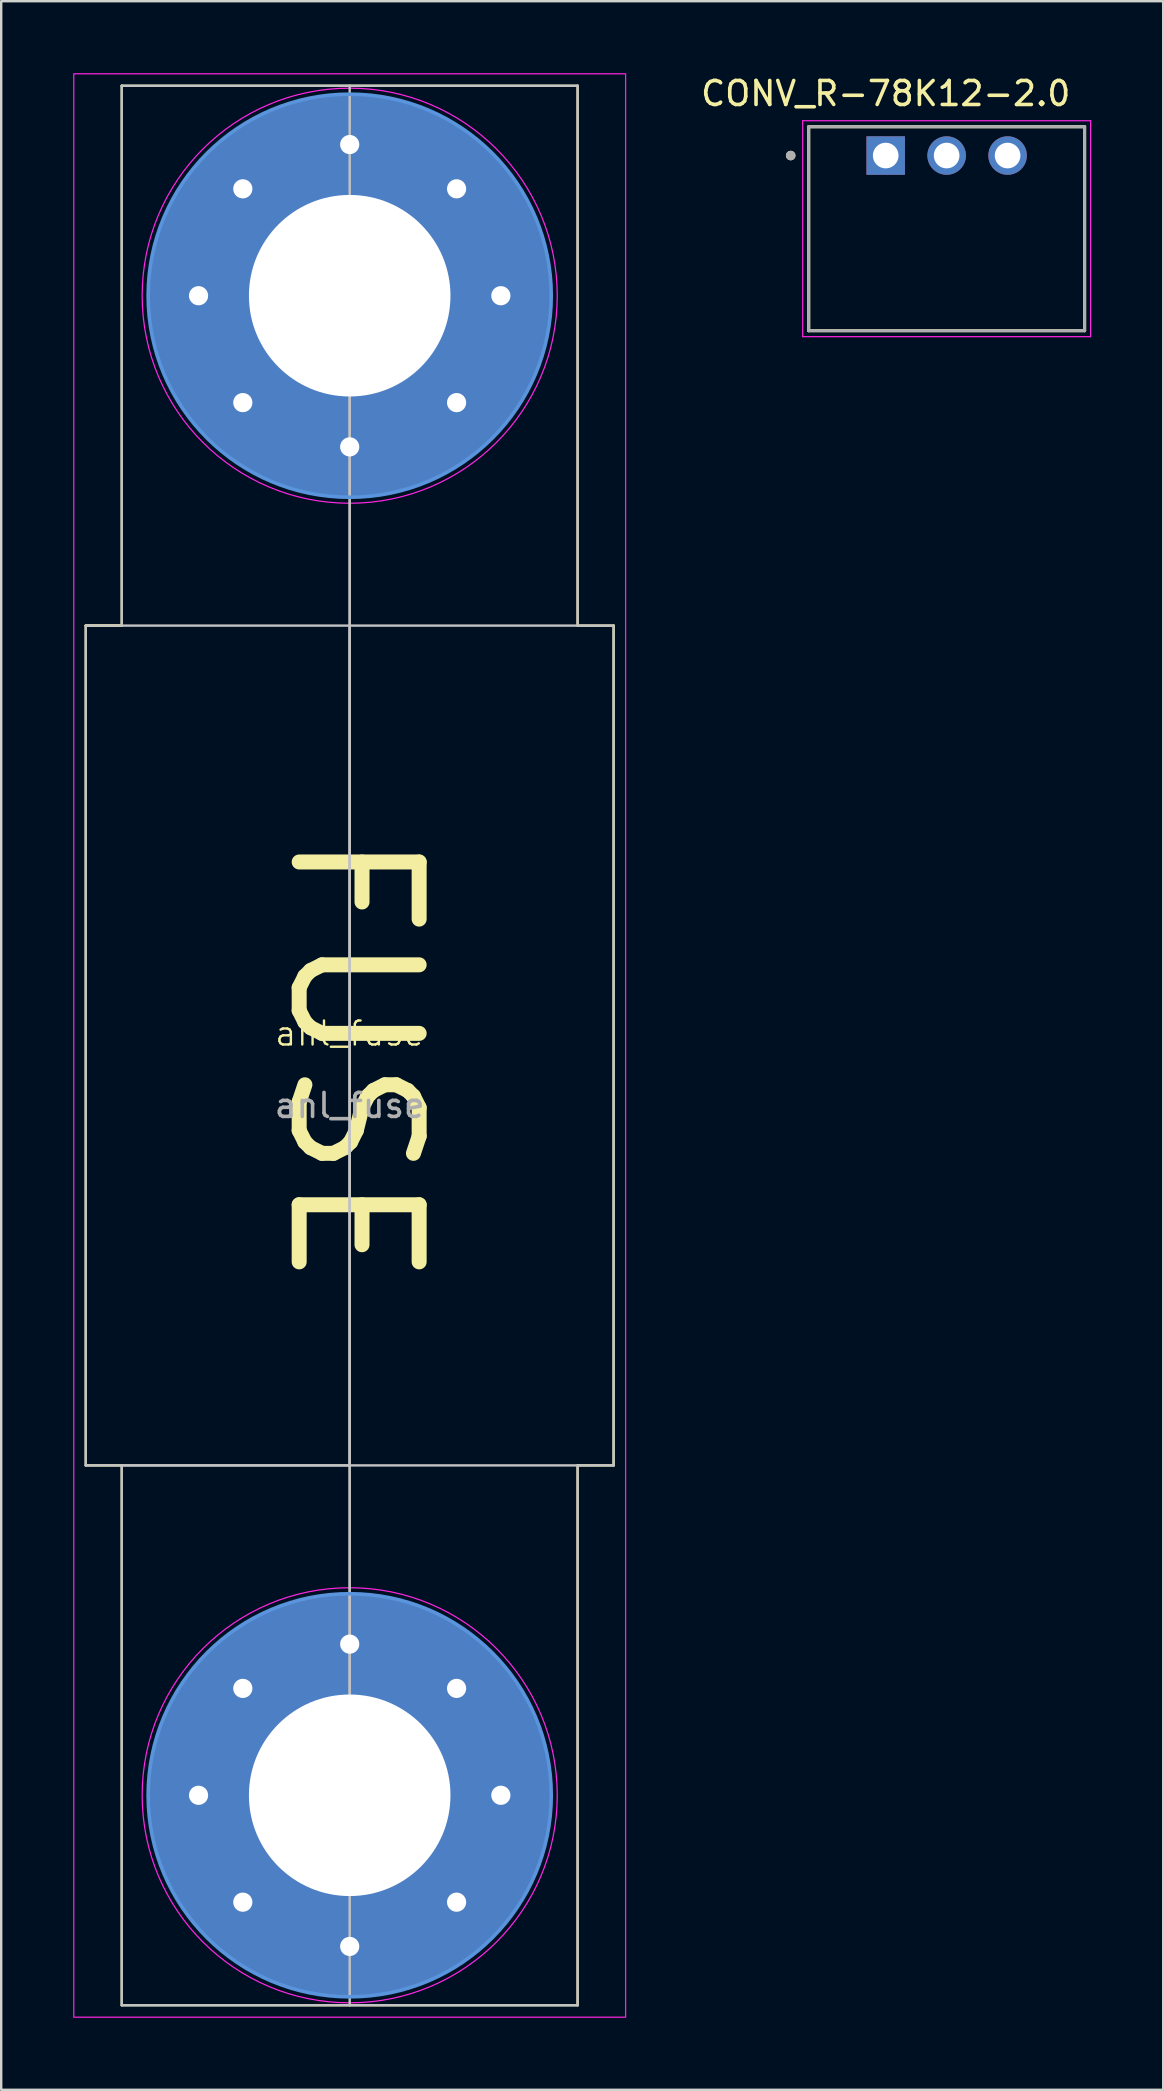
<source format=kicad_pcb>
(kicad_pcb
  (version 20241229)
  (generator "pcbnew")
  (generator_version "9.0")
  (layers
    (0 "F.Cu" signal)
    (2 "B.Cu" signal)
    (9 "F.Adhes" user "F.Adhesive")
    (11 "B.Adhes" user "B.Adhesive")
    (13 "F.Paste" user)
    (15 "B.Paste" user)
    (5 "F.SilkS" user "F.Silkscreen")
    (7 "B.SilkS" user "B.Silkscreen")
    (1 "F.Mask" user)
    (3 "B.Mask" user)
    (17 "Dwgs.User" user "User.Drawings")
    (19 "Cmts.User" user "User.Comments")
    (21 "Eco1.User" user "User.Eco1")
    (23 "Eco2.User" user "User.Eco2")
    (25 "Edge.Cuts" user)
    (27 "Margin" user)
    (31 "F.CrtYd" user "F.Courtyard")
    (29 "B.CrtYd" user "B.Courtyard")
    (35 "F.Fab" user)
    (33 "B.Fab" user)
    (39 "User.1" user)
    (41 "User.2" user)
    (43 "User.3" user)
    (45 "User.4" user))
  (footprint "anl_fuse"
    (layer "F.Cu")
    (at 11.525 40.525)
    (property "Reference" "anl_fuse" (at 0 -0.5 0) (unlocked yes) (layer "F.SilkS") (effects (font (size 1 1) (thickness 0.1))))
    (attr through_hole)
    (fp_line (start -11 -17.5) (end -9.5 -17.5) (stroke (width 0.1) (type default)) (layer "F.SilkS"))
    (fp_line (start -11 -17.5) (end -9.5 -17.5) (stroke (width 0.1) (type default)) (layer "F.SilkS"))
    (fp_line (start -11 17.5) (end -11 -17.5) (stroke (width 0.1) (type default)) (layer "F.SilkS"))
    (fp_line (start -9.5 -40) (end 9.5 -40) (stroke (width 0.1) (type default)) (layer "F.SilkS"))
    (fp_line (start -9.5 -17.5) (end -9.5 -40) (stroke (width 0.1) (type default)) (layer "F.SilkS"))
    (fp_line (start -9.5 17.5) (end -11 17.5) (stroke (width 0.1) (type default)) (layer "F.SilkS"))
    (fp_line (start -9.5 40) (end -9.5 17.5) (stroke (width 0.1) (type default)) (layer "F.SilkS"))
    (fp_line (start 9.5 -40) (end 9.5 -17.5) (stroke (width 0.1) (type default)) (layer "F.SilkS"))
    (fp_line (start 9.5 -17.5) (end 11 -17.5) (stroke (width 0.1) (type default)) (layer "F.SilkS"))
    (fp_line (start 9.5 17.5) (end 9.5 40) (stroke (width 0.1) (type default)) (layer "F.SilkS"))
    (fp_line (start 9.5 40) (end -9.5 40) (stroke (width 0.1) (type default)) (layer "F.SilkS"))
    (fp_line (start 11 -17.5) (end 11 17.5) (stroke (width 0.1) (type default)) (layer "F.SilkS"))
    (fp_line (start 11 17.5) (end 9.5 17.5) (stroke (width 0.1) (type default)) (layer "F.SilkS"))
    (fp_line (start -11 17.5) (end -11 -17.5) (stroke (width 0.1) (type default)) (layer "Dwgs.User"))
    (fp_line (start -9.5 -40) (end -9.5 -17.5) (stroke (width 0.1) (type default)) (layer "Dwgs.User"))
    (fp_line (start -9.5 40) (end -9.5 17.5) (stroke (width 0.1) (type default)) (layer "Dwgs.User"))
    (fp_line (start 0 -40) (end -9.5 -40) (stroke (width 0.1) (type default)) (layer "Dwgs.User"))
    (fp_line (start 0 -40) (end 9.5 -40) (stroke (width 0.1) (type default)) (layer "Dwgs.User"))
    (fp_line (start 0 -17.5) (end -11 -17.5) (stroke (width 0.1) (type default)) (layer "Dwgs.User"))
    (fp_line (start 0 -17.5) (end 11 -17.5) (stroke (width 0.1) (type default)) (layer "Dwgs.User"))
    (fp_line (start 0 0) (end 0 -40) (stroke (width 0.1) (type default)) (layer "Dwgs.User"))
    (fp_line (start 0 0) (end 0 -31.25) (stroke (width 0.1) (type default)) (layer "Dwgs.User"))
    (fp_line (start 0 0) (end 0 -17.5) (stroke (width 0.1) (type default)) (layer "Dwgs.User"))
    (fp_line (start 0 0) (end 0 17.5) (stroke (width 0.1) (type default)) (layer "Dwgs.User"))
    (fp_line (start 0 0) (end 0 31.25) (stroke (width 0.1) (type default)) (layer "Dwgs.User"))
    (fp_line (start 0 0) (end 0 40) (stroke (width 0.1) (type default)) (layer "Dwgs.User"))
    (fp_line (start 0 17.5) (end -11 17.5) (stroke (width 0.1) (type default)) (layer "Dwgs.User"))
    (fp_line (start 0 17.5) (end -9.5 17.5) (stroke (width 0.1) (type default)) (layer "Dwgs.User"))
    (fp_line (start 0 40) (end -9.5 40) (stroke (width 0.1) (type default)) (layer "Dwgs.User"))
    (fp_line (start 0 40) (end 9.5 40) (stroke (width 0.1) (type default)) (layer "Dwgs.User"))
    (fp_line (start 9.5 -40) (end 9.5 -17.5) (stroke (width 0.1) (type default)) (layer "Dwgs.User"))
    (fp_line (start 9.5 40) (end 9.5 17.5) (stroke (width 0.1) (type default)) (layer "Dwgs.User"))
    (fp_line (start 11 -17.5) (end 11 17.5) (stroke (width 0.1) (type default)) (layer "Dwgs.User"))
    (fp_line (start 11 17.5) (end 0 17.5) (stroke (width 0.1) (type default)) (layer "Dwgs.User"))
    (fp_circle (center 0 -31.25) (end 8.4 -31.25) (stroke (width 0.15) (type solid)) (fill no) (layer "Cmts.User"))
    (fp_circle (center 0 31.25) (end 8.4 31.25) (stroke (width 0.15) (type solid)) (fill no) (layer "Cmts.User"))
    (fp_rect (start -11.5 -40.5) (end 11.5 40.5) (stroke (width 0.05) (type default)) (fill no) (layer "F.CrtYd"))
    (fp_circle (center 0 -31.25) (end 8.65 -31.25) (stroke (width 0.05) (type solid)) (fill no) (layer "F.CrtYd"))
    (fp_circle (center 0 31.25) (end 8.65 31.25) (stroke (width 0.05) (type solid)) (fill no) (layer "F.CrtYd"))
    (fp_text user "FUSE" (at -2.75 -9.25 270) (unlocked yes) (layer "F.SilkS") (effects (font (size 5 5) (thickness 0.625)) (justify left bottom)))
    (fp_text user "${REFERENCE}" (at 0 31.25 0) (layer "F.Fab") (effects (font (size 1 1) (thickness 0.15))))
    (fp_text user "${REFERENCE}" (at 0 2.5 0) (unlocked yes) (layer "F.Fab") (effects (font (size 1 1) (thickness 0.15))))
    (fp_text user "${REFERENCE}" (at 0 -31.25 0) (layer "F.Fab") (effects (font (size 1 1) (thickness 0.15))))
    (pad "1" thru_hole circle (at -6.3 -31.25) (size 1.1 1.1) (drill 0.8) (layers "*.Cu" "*.Mask"))
    (pad "1" thru_hole circle (at -6.3 31.25) (size 1.1 1.1) (drill 0.8) (layers "*.Cu" "*.Mask"))
    (pad "1" thru_hole circle (at -4.455 -35.705) (size 1.1 1.1) (drill 0.8) (layers "*.Cu" "*.Mask"))
    (pad "1" thru_hole circle (at -4.455 -26.795) (size 1.1 1.1) (drill 0.8) (layers "*.Cu" "*.Mask"))
    (pad "1" thru_hole circle (at -4.455 26.795) (size 1.1 1.1) (drill 0.8) (layers "*.Cu" "*.Mask"))
    (pad "1" thru_hole circle (at -4.455 35.705) (size 1.1 1.1) (drill 0.8) (layers "*.Cu" "*.Mask"))
    (pad "1" thru_hole circle (at 0 -37.55) (size 1.1 1.1) (drill 0.8) (layers "*.Cu" "*.Mask"))
    (pad "1" thru_hole circle (at 0 -31.25) (size 16.8 16.8) (drill 8.4) (layers "*.Cu" "*.Mask"))
    (pad "1" thru_hole circle (at 0 -24.95) (size 1.1 1.1) (drill 0.8) (layers "*.Cu" "*.Mask"))
    (pad "1" thru_hole circle (at 0 24.95) (size 1.1 1.1) (drill 0.8) (layers "*.Cu" "*.Mask"))
    (pad "1" thru_hole circle (at 0 37.55) (size 1.1 1.1) (drill 0.8) (layers "*.Cu" "*.Mask"))
    (pad "1" thru_hole circle (at 4.455 -35.705) (size 1.1 1.1) (drill 0.8) (layers "*.Cu" "*.Mask"))
    (pad "1" thru_hole circle (at 4.455 -26.795) (size 1.1 1.1) (drill 0.8) (layers "*.Cu" "*.Mask"))
    (pad "1" thru_hole circle (at 4.455 26.795) (size 1.1 1.1) (drill 0.8) (layers "*.Cu" "*.Mask"))
    (pad "1" thru_hole circle (at 4.455 35.705) (size 1.1 1.1) (drill 0.8) (layers "*.Cu" "*.Mask"))
    (pad "1" thru_hole circle (at 6.3 -31.25) (size 1.1 1.1) (drill 0.8) (layers "*.Cu" "*.Mask"))
    (pad "1" thru_hole circle (at 6.3 31.25) (size 1.1 1.1) (drill 0.8) (layers "*.Cu" "*.Mask"))
    (pad "2" thru_hole circle (at 0 31.25) (size 16.8 16.8) (drill 8.4) (layers "*.Cu" "*.Mask")))
  (footprint "CONV_R-78K12-2.0"
    (layer "F.Cu")
    (at 36.405 6.483)
    (property "Reference" "CONV_R-78K12-2.0" (at -2.54 -5.635 0) (layer "F.SilkS") (effects (font (size 1 1) (thickness 0.15))))
    (attr through_hole)
    (fp_line (start -5.75 -4.25) (end 5.75 -4.25) (stroke (width 0.127) (type solid)) (layer "F.SilkS"))
    (fp_line (start -5.75 4.25) (end -5.75 -4.25) (stroke (width 0.127) (type solid)) (layer "F.SilkS"))
    (fp_line (start 5.75 -4.25) (end 5.75 4.25) (stroke (width 0.127) (type solid)) (layer "F.SilkS"))
    (fp_line (start 5.75 4.25) (end -5.75 4.25) (stroke (width 0.127) (type solid)) (layer "F.SilkS"))
    (fp_circle (center -6.5 -3.05) (end -6.4 -3.05) (stroke (width 0.2) (type solid)) (fill no) (layer "F.SilkS"))
    (fp_line (start -6 -4.5) (end -6 4.5) (stroke (width 0.05) (type solid)) (layer "F.CrtYd"))
    (fp_line (start -6 4.5) (end 6 4.5) (stroke (width 0.05) (type solid)) (layer "F.CrtYd"))
    (fp_line (start 6 -4.5) (end -6 -4.5) (stroke (width 0.05) (type solid)) (layer "F.CrtYd"))
    (fp_line (start 6 4.5) (end 6 -4.5) (stroke (width 0.05) (type solid)) (layer "F.CrtYd"))
    (fp_line (start -5.75 -4.25) (end 5.75 -4.25) (stroke (width 0.127) (type solid)) (layer "F.Fab"))
    (fp_line (start -5.75 4.25) (end -5.75 -4.25) (stroke (width 0.127) (type solid)) (layer "F.Fab"))
    (fp_line (start 5.75 -4.25) (end 5.75 4.25) (stroke (width 0.127) (type solid)) (layer "F.Fab"))
    (fp_line (start 5.75 4.25) (end -5.75 4.25) (stroke (width 0.127) (type solid)) (layer "F.Fab"))
    (fp_circle (center -6.5 -3.05) (end -6.4 -3.05) (stroke (width 0.2) (type solid)) (fill no) (layer "F.Fab"))
    (pad "1" thru_hole rect (at -2.54 -3.05) (size 1.605 1.605) (drill 1.07) (layers "*.Cu" "*.Mask"))
    (pad "2" thru_hole circle (at 0 -3.05) (size 1.605 1.605) (drill 1.07) (layers "*.Cu" "*.Mask"))
    (pad "3" thru_hole circle (at 2.54 -3.05) (size 1.605 1.605) (drill 1.07) (layers "*.Cu" "*.Mask")))
  (gr_rect
    (start -3 -3)
    (end 45.43 84.05)
    (stroke (width 0.1) (type default))
    (fill no)
    (layer "Edge.Cuts")))
</source>
